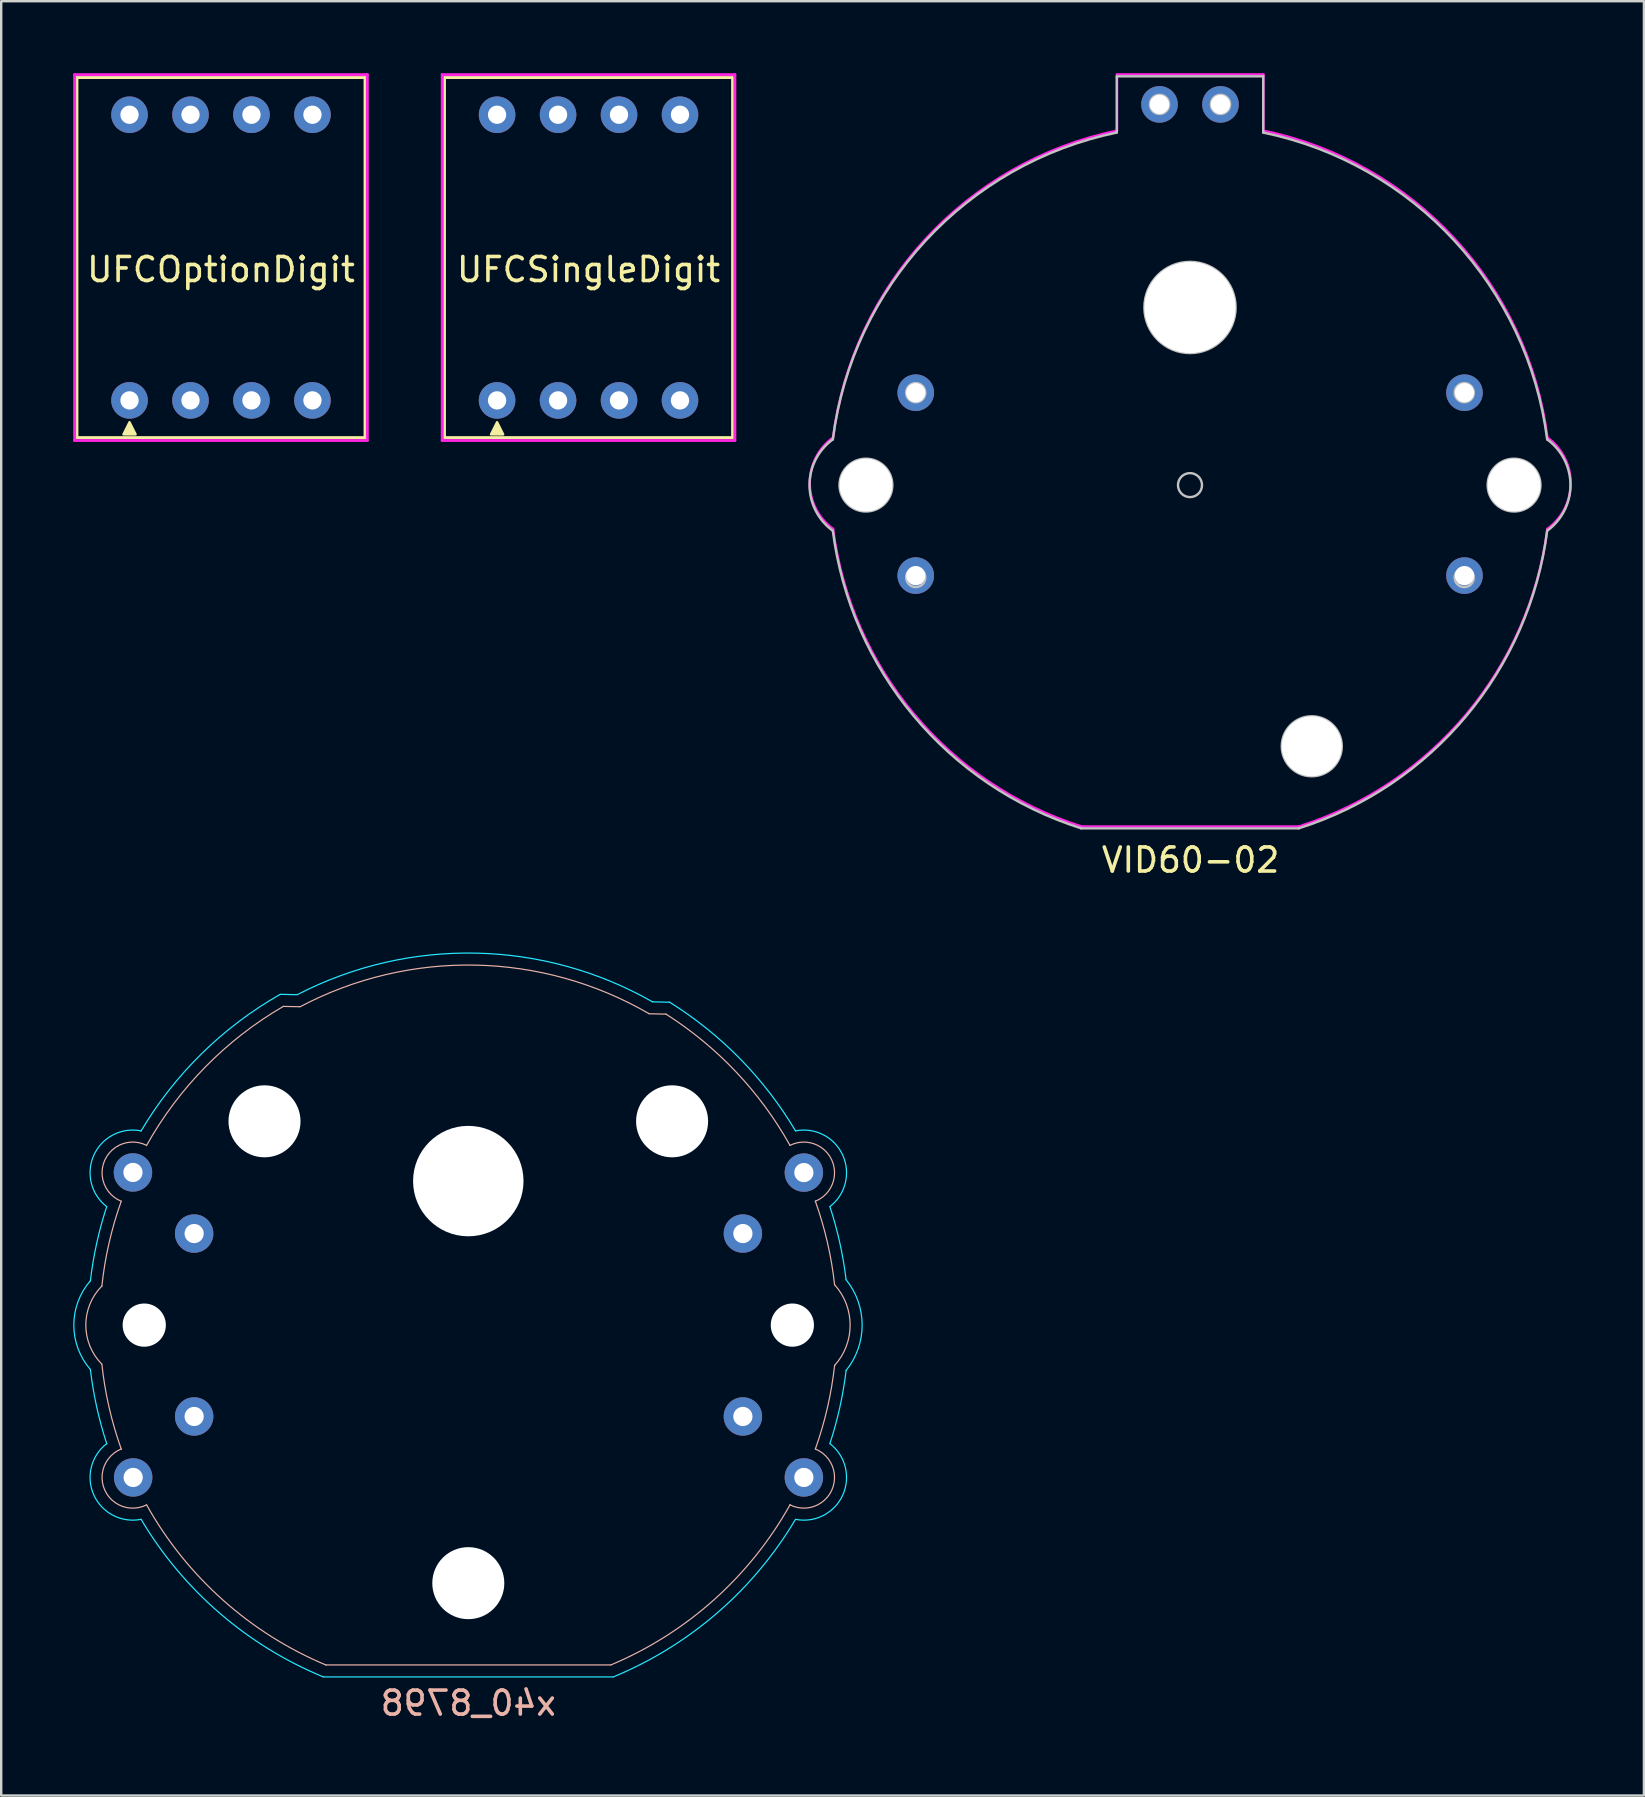
<source format=kicad_pcb>
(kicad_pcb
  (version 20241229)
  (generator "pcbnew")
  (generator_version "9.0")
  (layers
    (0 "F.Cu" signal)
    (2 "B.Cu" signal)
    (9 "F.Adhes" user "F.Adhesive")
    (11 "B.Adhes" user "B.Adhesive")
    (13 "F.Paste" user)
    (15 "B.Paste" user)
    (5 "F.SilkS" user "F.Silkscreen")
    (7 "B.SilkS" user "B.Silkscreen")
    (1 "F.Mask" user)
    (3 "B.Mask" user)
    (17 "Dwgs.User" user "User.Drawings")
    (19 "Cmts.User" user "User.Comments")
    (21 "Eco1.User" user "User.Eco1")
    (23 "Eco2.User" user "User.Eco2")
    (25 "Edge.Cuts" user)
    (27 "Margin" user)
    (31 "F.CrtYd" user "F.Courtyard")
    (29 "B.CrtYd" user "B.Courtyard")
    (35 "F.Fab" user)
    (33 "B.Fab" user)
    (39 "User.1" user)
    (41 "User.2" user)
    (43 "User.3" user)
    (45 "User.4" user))
  (footprint "UFCOptionDigit"
    (layer "F.Cu")
    (at 6.156 7.68)
    (property "Reference" "UFCOptionDigit" (at 0 0.5 0) (layer "F.SilkS") (effects (font (size 1 1) (thickness 0.15))))
    (attr through_hole)
    (fp_line (start -6 -7.5) (end -6 7.5) (stroke (width 0.12) (type solid)) (layer "F.SilkS"))
    (fp_line (start -6 -7.5) (end 6 -7.5) (stroke (width 0.12) (type solid)) (layer "F.SilkS"))
    (fp_line (start 6 -7.5) (end 6 7.5) (stroke (width 0.12) (type solid)) (layer "F.SilkS"))
    (fp_line (start 6 7.5) (end -6 7.5) (stroke (width 0.12) (type solid)) (layer "F.SilkS"))
    (fp_poly (pts (xy -3.556 7.366) (xy -4.064 7.366) (xy -3.81 6.858)) (stroke (width 0.1) (type solid)) (fill yes) (layer "F.SilkS"))
    (fp_line (start -6.096 -7.62) (end 6.096 -7.62) (stroke (width 0.12) (type solid)) (layer "F.CrtYd"))
    (fp_line (start -6.096 7.62) (end -6.096 -7.62) (stroke (width 0.12) (type solid)) (layer "F.CrtYd"))
    (fp_line (start 6.096 -7.62) (end 6.096 7.62) (stroke (width 0.12) (type solid)) (layer "F.CrtYd"))
    (fp_line (start 6.096 7.62) (end -6.096 7.62) (stroke (width 0.12) (type solid)) (layer "F.CrtYd"))
    (pad "1" thru_hole circle (at -3.81 5.95) (size 1.524 1.524) (drill 0.762) (layers "*.Cu" "*.Mask"))
    (pad "2" thru_hole circle (at -1.27 5.95) (size 1.524 1.524) (drill 0.762) (layers "*.Cu" "*.Mask"))
    (pad "3" thru_hole circle (at 1.27 5.95) (size 1.524 1.524) (drill 0.762) (layers "*.Cu" "*.Mask"))
    (pad "4" thru_hole circle (at 3.81 5.95) (size 1.524 1.524) (drill 0.762) (layers "*.Cu" "*.Mask"))
    (pad "5" thru_hole circle (at 3.81 -5.95) (size 1.524 1.524) (drill 0.762) (layers "*.Cu" "*.Mask"))
    (pad "6" thru_hole circle (at 1.27 -5.95) (size 1.524 1.524) (drill 0.762) (layers "*.Cu" "*.Mask"))
    (pad "7" thru_hole circle (at -1.27 -5.95) (size 1.524 1.524) (drill 0.762) (layers "*.Cu" "*.Mask"))
    (pad "8" thru_hole circle (at -3.81 -5.95) (size 1.524 1.524) (drill 0.762) (layers "*.Cu" "*.Mask")))
  (footprint "x40_8798"
    (layer "F.Cu")
    (at 16.459 52.153)
    (property "Reference" "x40_8798" (at 0 15.748 0) (layer "B.SilkS") (effects (font (size 1 1) (thickness 0.15)) (justify mirror)))
    (attr through_hole)
    (fp_line (start -7.007 -13.263) (end -7.707 -13.277) (stroke (width 0.05) (type solid)) (layer "B.SilkS"))
    (fp_line (start -5.938 14.157) (end 5.938 14.157) (stroke (width 0.05) (type solid)) (layer "B.SilkS"))
    (fp_line (start 8.236 -12.956) (end 7.536 -12.97) (stroke (width 0.05) (type solid)) (layer "B.SilkS"))
    (fp_arc (start -15.266456 -1.616449) (mid -14.96767 -3.412687) (end -14.458305 -5.160912) (stroke (width 0.05) (type solid)) (layer "B.SilkS"))
    (fp_arc (start -15.266063 1.628441) (mid -15.933646 -0.000704) (end -15.265074 -1.629444) (stroke (width 0.05) (type solid)) (layer "B.SilkS"))
    (fp_arc (start -14.457776 -5.160698) (mid -15.143188 -6.87485) (end -13.401838 -7.487879) (stroke (width 0.05) (type solid)) (layer "B.SilkS"))
    (fp_arc (start -14.453906 5.173218) (mid -14.96476 3.425427) (end -15.265074 1.629444) (stroke (width 0.05) (type solid)) (layer "B.SilkS"))
    (fp_arc (start -13.40559 -7.481161) (mid -10.946996 -10.76294) (end -7.707373 -13.276822) (stroke (width 0.05) (type solid)) (layer "B.SilkS"))
    (fp_arc (start -13.401329 7.487622) (mid -15.142953 6.875369) (end -14.458305 5.160912) (stroke (width 0.05) (type solid)) (layer "B.SilkS"))
    (fp_arc (start -7.005534 -13.263577) (mid 0.303132 -14.996936) (end 7.535784 -12.969655) (stroke (width 0.05) (type solid)) (layer "B.SilkS"))
    (fp_arc (start -5.926086 14.161889) (mid -10.223882 11.452067) (end -13.401838 7.487879) (stroke (width 0.05) (type solid)) (layer "B.SilkS"))
    (fp_arc (start 8.227491 -12.960941) (mid 11.155518 -10.54666) (end 13.401838 -7.487879) (stroke (width 0.05) (type solid)) (layer "B.SilkS"))
    (fp_arc (start 13.401329 -7.487622) (mid 15.142953 -6.875369) (end 14.458305 -5.160912) (stroke (width 0.05) (type solid)) (layer "B.SilkS"))
    (fp_arc (start 13.408049 7.476752) (mid 10.233385 11.443576) (end 5.937839 14.156965) (stroke (width 0.05) (type solid)) (layer "B.SilkS"))
    (fp_arc (start 14.454645 -5.171152) (mid 14.959251 -3.449402) (end 15.259534 -1.680538) (stroke (width 0.05) (type solid)) (layer "B.SilkS"))
    (fp_arc (start 14.457776 5.160698) (mid 15.143188 6.87485) (end 13.401838 7.487879) (stroke (width 0.05) (type solid)) (layer "B.SilkS"))
    (fp_arc (start 15.258573 -1.6816) (mid 15.906881 -0.000716) (end 15.259534 1.680538) (stroke (width 0.05) (type solid)) (layer "B.SilkS"))
    (fp_arc (start 15.260721 1.669729) (mid 14.961692 3.438805) (end 14.458305 5.160912) (stroke (width 0.05) (type solid)) (layer "B.SilkS"))
    (fp_circle (center -13.97 -6.36) (end -13.57 -6.36) (stroke (width 0.05) (type solid)) (fill no) (layer "Eco1.User"))
    (fp_circle (center -13.97 6.36) (end -13.57 6.36) (stroke (width 0.05) (type solid)) (fill no) (layer "Eco1.User"))
    (fp_circle (center -13.5 0) (end -12.6 0) (stroke (width 0.05) (type solid)) (fill no) (layer "Eco1.User"))
    (fp_circle (center -11.43 -3.81) (end -11.03 -3.81) (stroke (width 0.05) (type solid)) (fill no) (layer "Eco1.User"))
    (fp_circle (center -11.43 3.81) (end -11.03 3.81) (stroke (width 0.05) (type solid)) (fill no) (layer "Eco1.User"))
    (fp_circle (center -8.49 -8.49) (end -6.99 -8.49) (stroke (width 0.05) (type solid)) (fill no) (layer "Eco1.User"))
    (fp_circle (center 0 -6) (end 2.3 -6) (stroke (width 0.05) (type solid)) (fill no) (layer "Eco1.User"))
    (fp_circle (center 0 0) (end 0.389 0) (stroke (width 0.05) (type solid)) (fill no) (layer "Eco1.User"))
    (fp_circle (center 0 10.75) (end 1.5 10.75) (stroke (width 0.05) (type solid)) (fill no) (layer "Eco1.User"))
    (fp_circle (center 8.49 -8.49) (end 9.99 -8.49) (stroke (width 0.05) (type solid)) (fill no) (layer "Eco1.User"))
    (fp_circle (center 11.43 -3.81) (end 11.83 -3.81) (stroke (width 0.05) (type solid)) (fill no) (layer "Eco1.User"))
    (fp_circle (center 11.43 3.81) (end 11.83 3.81) (stroke (width 0.05) (type solid)) (fill no) (layer "Eco1.User"))
    (fp_circle (center 13.5 0) (end 14.4 0) (stroke (width 0.05) (type solid)) (fill no) (layer "Eco1.User"))
    (fp_circle (center 13.97 -6.36) (end 14.37 -6.36) (stroke (width 0.05) (type solid)) (fill no) (layer "Eco1.User"))
    (fp_circle (center 13.97 6.36) (end 14.37 6.36) (stroke (width 0.05) (type solid)) (fill no) (layer "Eco1.User"))
    (fp_line (start -7.125 -13.765) (end -7.836 -13.78) (stroke (width 0.05) (type solid)) (layer "B.CrtYd"))
    (fp_line (start -6.038 14.657) (end 6.038 14.657) (stroke (width 0.05) (type solid)) (layer "B.CrtYd"))
    (fp_line (start 8.385 -13.453) (end 7.674 -13.467) (stroke (width 0.05) (type solid)) (layer "B.CrtYd"))
    (fp_arc (start -15.745299 -1.834379) (mid -15.482294 -3.40264) (end -15.063491 -4.936661) (stroke (width 0.05) (type solid)) (layer "B.CrtYd"))
    (fp_arc (start -15.743416 1.848346) (mid -16.433647 0.00022) (end -15.743704 -1.848014) (stroke (width 0.05) (type solid)) (layer "B.CrtYd"))
    (fp_arc (start -15.062876 -4.936188) (mid -15.598505 -7.081456) (end -13.631347 -8.09109) (stroke (width 0.05) (type solid)) (layer "B.CrtYd"))
    (fp_arc (start -15.05921 4.949704) (mid -15.479341 3.416047) (end -15.743704 1.848014) (stroke (width 0.05) (type solid)) (layer "B.CrtYd"))
    (fp_arc (start -13.633855 -8.086864) (mid -11.105908 -11.310976) (end -7.836089 -13.779517) (stroke (width 0.05) (type solid)) (layer "B.CrtYd"))
    (fp_arc (start -13.630587 8.090939) (mid -15.598185 7.082162) (end -15.063491 4.936661) (stroke (width 0.05) (type solid)) (layer "B.CrtYd"))
    (fp_arc (start -7.114777 -13.770618) (mid 0.318183 -15.496733) (end 7.674027 -13.46697) (stroke (width 0.05) (type solid)) (layer "B.CrtYd"))
    (fp_arc (start -6.042725 14.654857) (mid -10.370055 11.989217) (end -13.631347 8.09109) (stroke (width 0.05) (type solid)) (layer "B.CrtYd"))
    (fp_arc (start 8.378602 -13.456537) (mid 11.327245 -11.089314) (end 13.631347 -8.09109) (stroke (width 0.05) (type solid)) (layer "B.CrtYd"))
    (fp_arc (start 13.628524 8.095846) (mid 10.365872 11.992835) (end 6.037612 14.656965) (stroke (width 0.05) (type solid)) (layer "B.CrtYd"))
    (fp_arc (start 13.630587 -8.090939) (mid 15.598185 -7.082162) (end 15.063491 -4.936661) (stroke (width 0.05) (type solid)) (layer "B.CrtYd"))
    (fp_arc (start 15.062876 4.936188) (mid 15.598505 7.081456) (end 13.631347 8.09109) (stroke (width 0.05) (type solid)) (layer "B.CrtYd"))
    (fp_arc (start 15.063556 -4.936463) (mid 15.476377 -3.429453) (end 15.738825 -1.889122) (stroke (width 0.05) (type solid)) (layer "B.CrtYd"))
    (fp_arc (start 15.7388 1.889329) (mid 15.476332 3.429657) (end 15.063491 4.936661) (stroke (width 0.05) (type solid)) (layer "B.CrtYd"))
    (fp_arc (start 15.738866 -1.889072) (mid 16.406883 0.000032) (end 15.738825 1.889122) (stroke (width 0.05) (type solid)) (layer "B.CrtYd"))
    (pad "" np_thru_hole circle (at -13.5 0) (size 1.8 1.8) (drill 1.8) (layers "*.Cu" "*.Mask"))
    (pad "" np_thru_hole circle (at -8.49 -8.49) (size 3 3) (drill 3) (layers "*.Cu" "*.Mask"))
    (pad "" np_thru_hole circle (at 0 -6) (size 4.6 4.6) (drill 4.6) (layers "*.Cu" "*.Mask"))
    (pad "" np_thru_hole circle (at 0 10.75) (size 3 3) (drill 3) (layers "*.Cu" "*.Mask"))
    (pad "" np_thru_hole circle (at 8.49 -8.49) (size 3 3) (drill 3) (layers "*.Cu" "*.Mask"))
    (pad "" np_thru_hole circle (at 13.5 0) (size 1.8 1.8) (drill 1.8) (layers "*.Cu" "*.Mask"))
    (pad "1" thru_hole circle (at -13.97 -6.36) (size 1.6 1.6) (drill 0.8) (layers "*.Cu" "*.Mask"))
    (pad "2" thru_hole circle (at -13.961 6.346) (size 1.6 1.6) (drill 0.8) (layers "*.Cu" "*.Mask"))
    (pad "3" thru_hole circle (at 13.979 -6.354) (size 1.6 1.6) (drill 0.8) (layers "*.Cu" "*.Mask"))
    (pad "4" thru_hole circle (at 13.979 6.346) (size 1.6 1.6) (drill 0.8) (layers "*.Cu" "*.Mask"))
    (pad "5" thru_hole circle (at -11.421 -3.814) (size 1.6 1.6) (drill 0.8) (layers "*.Cu" "*.Mask"))
    (pad "6" thru_hole circle (at -11.421 3.806) (size 1.6 1.6) (drill 0.8) (layers "*.Cu" "*.Mask"))
    (pad "7" thru_hole circle (at 11.439 -3.814) (size 1.6 1.6) (drill 0.8) (layers "*.Cu" "*.Mask"))
    (pad "8" thru_hole circle (at 11.439 3.806) (size 1.6 1.6) (drill 0.8) (layers "*.Cu" "*.Mask")))
  (footprint "VID60-02"
    (layer "F.Cu")
    (at 46.524 17.159)
    (property "Reference" "VID60-02" (at 0.025 15.62 0) (layer "F.SilkS") (effects (font (size 1 1) (thickness 0.15))))
    (attr through_hole)
    (fp_line (start -11.675 3.6) (end -11.175 4.1) (stroke (width 0.1) (type solid)) (layer "Dwgs.User"))
    (fp_line (start -11.175 -3.6) (end -11.675 -4.1) (stroke (width 0.1) (type solid)) (layer "Dwgs.User"))
    (fp_line (start -3.05 -14.687) (end -3.05 -17.029) (stroke (width 0.1) (type solid)) (layer "Dwgs.User"))
    (fp_line (start -1.22 -15.81) (end -1.32 -15.91) (stroke (width 0.1) (type solid)) (layer "Dwgs.User"))
    (fp_line (start 1.32 -15.91) (end 1.22 -15.81) (stroke (width 0.1) (type solid)) (layer "Dwgs.User"))
    (fp_line (start 3.05 -17.029) (end -3.05 -17.029) (stroke (width 0.1) (type solid)) (layer "Dwgs.User"))
    (fp_line (start 3.05 -14.687) (end 3.05 -17.029) (stroke (width 0.1) (type solid)) (layer "Dwgs.User"))
    (fp_line (start 4.529 14.3) (end -4.529 14.3) (stroke (width 0.1) (type solid)) (layer "Dwgs.User"))
    (fp_line (start 11.675 -4.1) (end 11.175 -3.6) (stroke (width 0.1) (type solid)) (layer "Dwgs.User"))
    (fp_line (start 11.675 3.6) (end 11.175 4.1) (stroke (width 0.1) (type solid)) (layer "Dwgs.User"))
    (fp_arc (start -14.878796 -1.903003) (mid -11.009805 -10.187453) (end -3.05 -14.686643) (stroke (width 0.1) (type solid)) (layer "Dwgs.User"))
    (fp_arc (start -14.878796 1.903003) (mid -15.85 0) (end -14.878796 -1.903003) (stroke (width 0.1) (type solid)) (layer "Dwgs.User"))
    (fp_arc (start -4.528797 14.3) (mid -11.514558 9.613269) (end -14.878796 1.903003) (stroke (width 0.1) (type solid)) (layer "Dwgs.User"))
    (fp_arc (start 3.05 -14.686643) (mid 11.009804 -10.187453) (end 14.878796 -1.903003) (stroke (width 0.1) (type solid)) (layer "Dwgs.User"))
    (fp_arc (start 14.878795 1.903003) (mid 11.514557 9.613269) (end 4.528796 14.299999) (stroke (width 0.1) (type solid)) (layer "Dwgs.User"))
    (fp_arc (start 14.878796 -1.903003) (mid 15.85 0) (end 14.878796 1.903003) (stroke (width 0.1) (type solid)) (layer "Dwgs.User"))
    (fp_circle (center -13.5 0) (end -12.4 0) (stroke (width 0.1) (type solid)) (fill no) (layer "Dwgs.User"))
    (fp_circle (center -11.425 -3.85) (end -11.025 -3.85) (stroke (width 0.1) (type solid)) (fill no) (layer "Dwgs.User"))
    (fp_circle (center -11.425 3.85) (end -11.025 3.85) (stroke (width 0.1) (type solid)) (fill no) (layer "Dwgs.User"))
    (fp_circle (center -1.27 -15.86) (end -0.87 -15.86) (stroke (width 0.1) (type solid)) (fill no) (layer "Dwgs.User"))
    (fp_circle (center 0 -7.4) (end 1.9 -7.4) (stroke (width 0.1) (type solid)) (fill no) (layer "Dwgs.User"))
    (fp_circle (center 0 0) (end 0.5 0) (stroke (width 0.1) (type solid)) (fill no) (layer "Dwgs.User"))
    (fp_circle (center 1.27 -15.86) (end 1.67 -15.86) (stroke (width 0.1) (type solid)) (fill no) (layer "Dwgs.User"))
    (fp_circle (center 5.073 10.88) (end 6.323 10.88) (stroke (width 0.1) (type solid)) (fill no) (layer "Dwgs.User"))
    (fp_circle (center 11.425 -3.85) (end 11.825 -3.85) (stroke (width 0.1) (type solid)) (fill no) (layer "Dwgs.User"))
    (fp_circle (center 11.425 3.85) (end 11.825 3.85) (stroke (width 0.1) (type solid)) (fill no) (layer "Dwgs.User"))
    (fp_circle (center 13.5 0) (end 14.6 0) (stroke (width 0.1) (type solid)) (fill no) (layer "Dwgs.User"))
    (fp_line (start -3.04 -14.767) (end -3.04 -17.109) (stroke (width 0.1) (type solid)) (layer "F.CrtYd"))
    (fp_line (start 3.06 -17.109) (end -3.04 -17.109) (stroke (width 0.1) (type solid)) (layer "F.CrtYd"))
    (fp_line (start 3.06 -14.767) (end 3.06 -17.109) (stroke (width 0.1) (type solid)) (layer "F.CrtYd"))
    (fp_line (start 4.539 14.22) (end -4.519 14.22) (stroke (width 0.1) (type solid)) (layer "F.CrtYd"))
    (fp_arc (start -14.868796 -1.983003) (mid -10.999805 -10.267453) (end -3.04 -14.766643) (stroke (width 0.1) (type solid)) (layer "F.CrtYd"))
    (fp_arc (start -14.868796 1.823003) (mid -15.84 -0.08) (end -14.868796 -1.983003) (stroke (width 0.1) (type solid)) (layer "F.CrtYd"))
    (fp_arc (start -4.518797 14.22) (mid -11.504558 9.533269) (end -14.868796 1.823003) (stroke (width 0.1) (type solid)) (layer "F.CrtYd"))
    (fp_arc (start 3.06 -14.766643) (mid 11.019804 -10.267453) (end 14.888796 -1.983003) (stroke (width 0.1) (type solid)) (layer "F.CrtYd"))
    (fp_arc (start 14.888795 1.823003) (mid 11.524557 9.533269) (end 4.538796 14.219999) (stroke (width 0.1) (type solid)) (layer "F.CrtYd"))
    (fp_arc (start 14.888796 -1.983003) (mid 15.86 -0.08) (end 14.888796 1.823003) (stroke (width 0.1) (type solid)) (layer "F.CrtYd"))
    (pad "" np_thru_hole circle (at -13.5 0) (size 2.2 2.2) (drill 2.2) (layers "*.Cu" "*.Mask"))
    (pad "" np_thru_hole circle (at 0 -7.4) (size 3.8 3.8) (drill 3.8) (layers "*.Cu" "*.Mask"))
    (pad "" np_thru_hole circle (at 5.073 10.88) (size 2.5 2.5) (drill 2.5) (layers "*.Cu" "*.Mask"))
    (pad "" np_thru_hole circle (at 13.5 0) (size 2.2 2.2) (drill 2.2) (layers "*.Cu" "*.Mask"))
    (pad "1" thru_hole circle (at -11.425 -3.85) (size 1.524 1.524) (drill 0.8) (layers "*.Cu" "*.Mask"))
    (pad "2" thru_hole circle (at -11.425 3.77) (size 1.524 1.524) (drill 0.8) (layers "*.Cu" "*.Mask"))
    (pad "3" thru_hole circle (at 11.435 -3.85) (size 1.524 1.524) (drill 0.8) (layers "*.Cu" "*.Mask"))
    (pad "4" thru_hole circle (at 11.435 3.77) (size 1.524 1.524) (drill 0.8) (layers "*.Cu" "*.Mask"))
    (pad "5" thru_hole circle (at -1.27 -15.86) (size 1.524 1.524) (drill 0.8) (layers "*.Cu" "*.Mask"))
    (pad "6" thru_hole circle (at 1.27 -15.86) (size 1.524 1.524) (drill 0.8) (layers "*.Cu" "*.Mask")))
  (footprint "UFCSingleDigit"
    (layer "F.Cu")
    (at 21.468 7.68)
    (property "Reference" "UFCSingleDigit" (at 0 0.5 0) (layer "F.SilkS") (effects (font (size 1 1) (thickness 0.15))))
    (attr through_hole)
    (fp_line (start -6 -7.5) (end -6 7.5) (stroke (width 0.12) (type solid)) (layer "F.SilkS"))
    (fp_line (start -6 -7.5) (end 6 -7.5) (stroke (width 0.12) (type solid)) (layer "F.SilkS"))
    (fp_line (start 6 -7.5) (end 6 7.5) (stroke (width 0.12) (type solid)) (layer "F.SilkS"))
    (fp_line (start 6 7.5) (end -6 7.5) (stroke (width 0.12) (type solid)) (layer "F.SilkS"))
    (fp_poly (pts (xy -3.556 7.366) (xy -4.064 7.366) (xy -3.81 6.858)) (stroke (width 0.1) (type solid)) (fill yes) (layer "F.SilkS"))
    (fp_line (start -6.096 -7.62) (end 6.096 -7.62) (stroke (width 0.12) (type solid)) (layer "F.CrtYd"))
    (fp_line (start -6.096 7.62) (end -6.096 -7.62) (stroke (width 0.12) (type solid)) (layer "F.CrtYd"))
    (fp_line (start 6.096 -7.62) (end 6.096 7.62) (stroke (width 0.12) (type solid)) (layer "F.CrtYd"))
    (fp_line (start 6.096 7.62) (end -6.096 7.62) (stroke (width 0.12) (type solid)) (layer "F.CrtYd"))
    (pad "1" thru_hole circle (at -3.81 5.95) (size 1.524 1.524) (drill 0.762) (layers "*.Cu" "*.Mask"))
    (pad "2" thru_hole circle (at -1.27 5.95) (size 1.524 1.524) (drill 0.762) (layers "*.Cu" "*.Mask"))
    (pad "3" thru_hole circle (at 1.27 5.95) (size 1.524 1.524) (drill 0.762) (layers "*.Cu" "*.Mask"))
    (pad "4" thru_hole circle (at 3.81 5.95) (size 1.524 1.524) (drill 0.762) (layers "*.Cu" "*.Mask"))
    (pad "5" thru_hole circle (at 3.81 -5.95) (size 1.524 1.524) (drill 0.762) (layers "*.Cu" "*.Mask"))
    (pad "6" thru_hole circle (at 1.27 -5.95) (size 1.524 1.524) (drill 0.762) (layers "*.Cu" "*.Mask"))
    (pad "7" thru_hole circle (at -1.27 -5.95) (size 1.524 1.524) (drill 0.762) (layers "*.Cu" "*.Mask"))
    (pad "8" thru_hole circle (at -3.81 -5.95) (size 1.524 1.524) (drill 0.762) (layers "*.Cu" "*.Mask")))
  (gr_rect
    (start -3 -3)
    (end 65.434 71.749)
    (stroke (width 0.1) (type default))
    (fill no)
    (layer "Edge.Cuts")))
</source>
